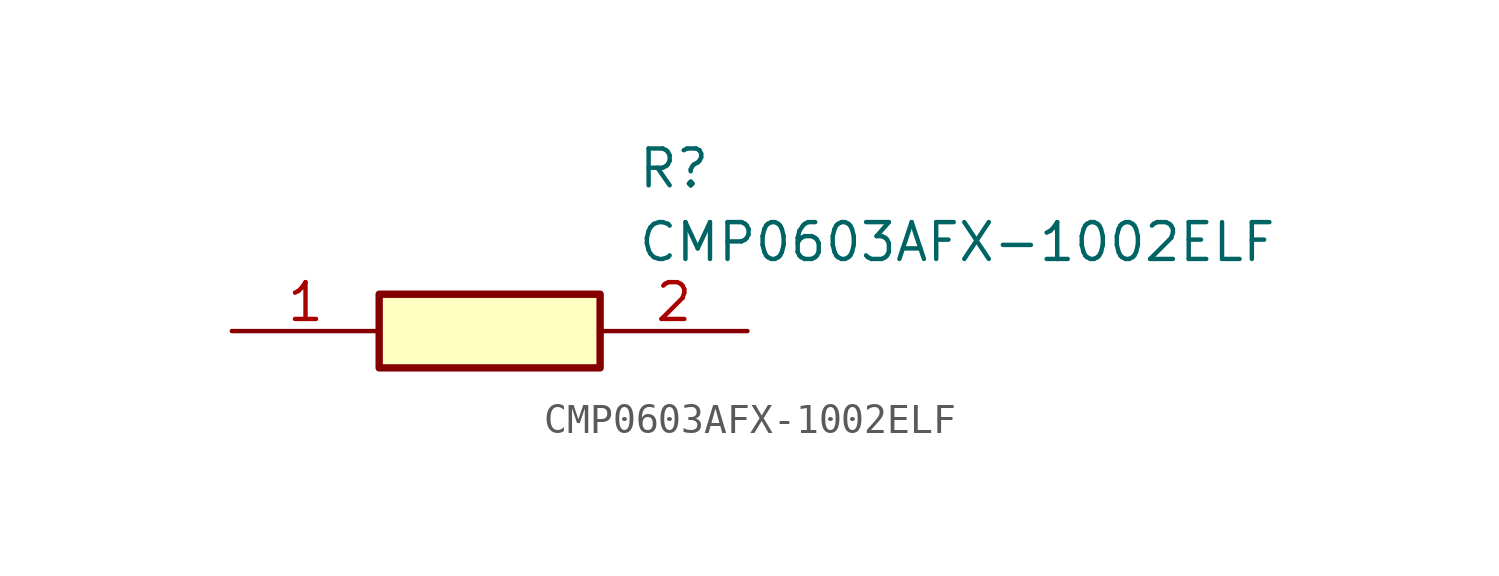
<source format=kicad_sym>
(kicad_symbol_lib
  (version 20211014)
  (generator SamacSys_ECAD_Model)
  (symbol "CMP0603AFX-1002ELF"
    (pin_names hide)
    (property "Reference" "R"
      (at 13.97 6.35 0)
      (effects (font (size 1.27 1.27)) (justify left top)))
    (property "Value" "CMP0603AFX-1002ELF"
      (at 13.97 3.81 0)
      (effects (font (size 1.27 1.27)) (justify left top)))
    (rectangle
      (start 5.08 1.27)
      (end 12.7 -1.27)
      (stroke (width 0.254) (type default))
      (fill (type background)))
    (pin passive line
      (at 0 0 0)
      (length 5.08)
      (name "1" (effects (font (size 1.27 1.27))))
      (number "1" (effects (font (size 1.27 1.27)))))
    (pin passive line
      (at 17.78 0 180)
      (length 5.08)
      (name "2" (effects (font (size 1.27 1.27))))
      (number "2" (effects (font (size 1.27 1.27)))))))
</source>
